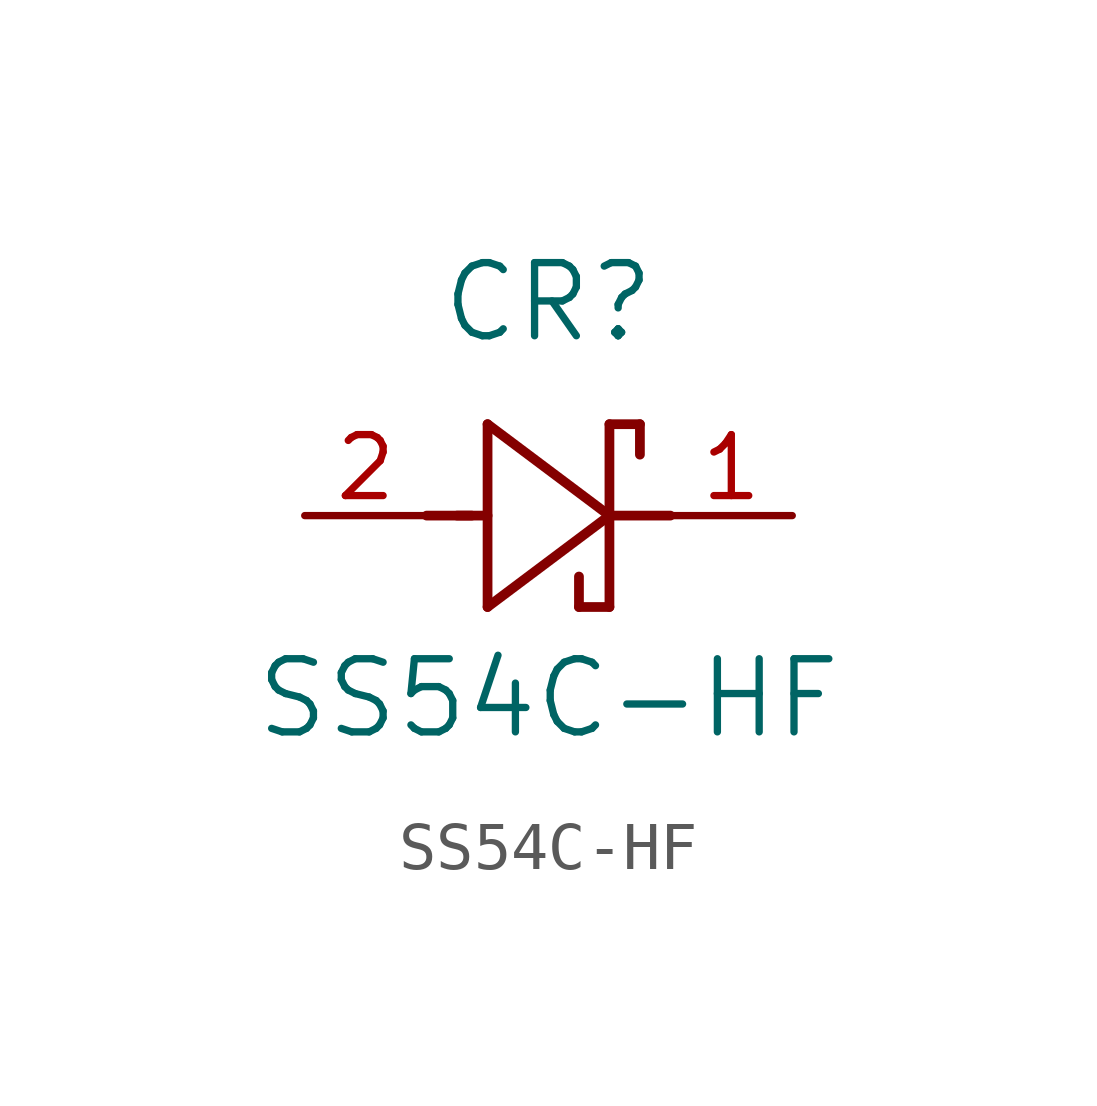
<source format=kicad_sym>
(kicad_symbol_lib
  (version 20241209)
  (generator "kicad_symbol_editor")
  (generator_version "9.0")
  (symbol "SS54C-HF"
    (pin_names
      (offset 0.254))
    (property "Reference" "CR"
      (at 5.08 4.445 0)
      (effects (font (size 1.524 1.524))))
    (property "Value" "SS54C-HF"
      (at 5.08 -3.81 0)
      (effects (font (size 1.524 1.524))))
    (symbol "SS54C-HF_0_1"
      (polyline (pts (xy 2.54 0) (xy 3.48 0)) (stroke (width 0.203) (type default)) (fill (type none)))
      (polyline (pts (xy 3.175 0) (xy 3.81 0)) (stroke (width 0.203) (type default)) (fill (type none)))
      (polyline (pts (xy 3.81 1.905) (xy 3.81 -1.905)) (stroke (width 0.203) (type default)) (fill (type none)))
      (polyline (pts (xy 3.81 -1.905) (xy 6.35 0)) (stroke (width 0.203) (type default)) (fill (type none)))
      (polyline (pts (xy 5.715 -1.905) (xy 5.715 -1.27)) (stroke (width 0.203) (type default)) (fill (type none)))
      (polyline (pts (xy 6.35 1.905) (xy 6.985 1.905)) (stroke (width 0.203) (type default)) (fill (type none)))
      (polyline (pts (xy 6.35 0) (xy 3.81 1.905)) (stroke (width 0.203) (type default)) (fill (type none)))
      (polyline (pts (xy 6.35 0) (xy 7.62 0)) (stroke (width 0.203) (type default)) (fill (type none)))
      (polyline (pts (xy 6.35 -1.905) (xy 5.715 -1.905)) (stroke (width 0.203) (type default)) (fill (type none)))
      (polyline (pts (xy 6.35 -1.905) (xy 6.35 1.905)) (stroke (width 0.203) (type default)) (fill (type none)))
      (polyline (pts (xy 6.985 1.905) (xy 6.985 1.27)) (stroke (width 0.203) (type default)) (fill (type none)))
      (pin unspecified line (at 0 0 0) (length 2.54) (name "" (effects (font (size 1.27 1.27)))) (number "2" (effects (font (size 1.27 1.27)))))
      (pin unspecified line (at 10.16 0 180) (length 2.54) (name "" (effects (font (size 1.27 1.27)))) (number "1" (effects (font (size 1.27 1.27))))))))
</source>
